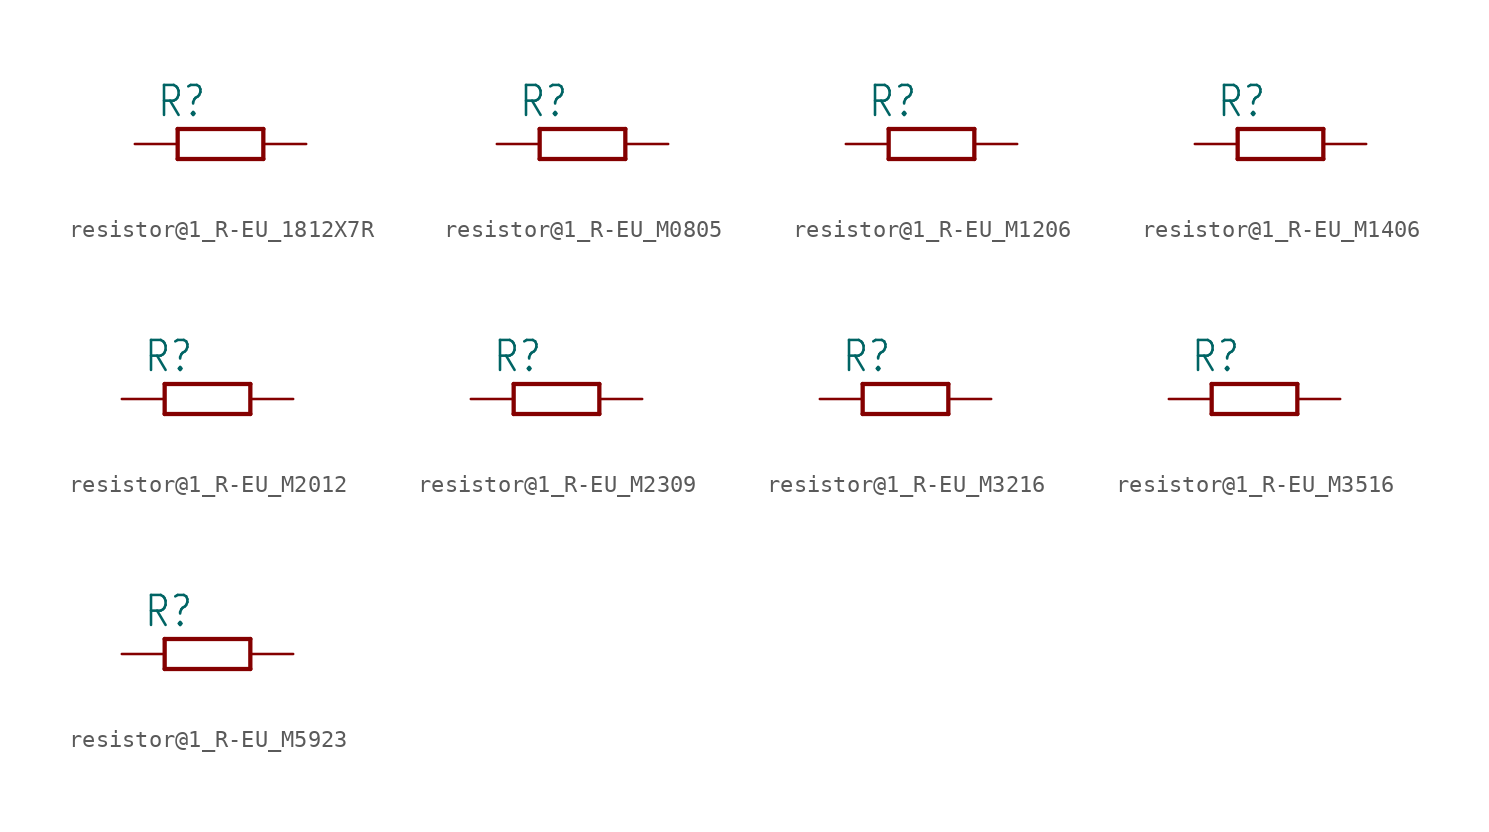
<source format=kicad_sym>
(kicad_symbol_lib
  (version 20231120)
  (generator "kicad_symbol_editor")
  (generator_version "8.0")
  (symbol "resistor@1_R-EU_1812X7R"
    (property "Reference" "R"
      (at -3.81 1.499 0)
      (effects (font (size 1.778 1.511)) (justify left bottom)))
    (property "Value" ""
      (at -3.81 -3.302 0)
      (effects (font (size 1.778 1.511)) (justify left bottom)))
    (property "ki_locked" ""
      (at 0 0 0)
      (effects (font (size 1.27 1.27))))
    (symbol "resistor@1_R-EU_1812X7R_1_0"
      (polyline (pts (xy -2.54 -0.889) (xy -2.54 0.889)) (stroke (width 0.254) (type solid)) (fill (type none)))
      (polyline (pts (xy -2.54 -0.889) (xy 2.54 -0.889)) (stroke (width 0.254) (type solid)) (fill (type none)))
      (polyline (pts (xy 2.54 -0.889) (xy 2.54 0.889)) (stroke (width 0.254) (type solid)) (fill (type none)))
      (polyline (pts (xy 2.54 0.889) (xy -2.54 0.889)) (stroke (width 0.254) (type solid)) (fill (type none)))
      (pin passive line (at -5.08 0 0) (length 2.54) (name "1" (effects (font (size 0 0)))) (number "1" (effects (font (size 0 0)))))
      (pin passive line (at 5.08 0 180) (length 2.54) (name "2" (effects (font (size 0 0)))) (number "2" (effects (font (size 0 0)))))))
  (symbol "resistor@1_R-EU_M0805"
    (property "Reference" "R"
      (at -3.81 1.499 0)
      (effects (font (size 1.778 1.511)) (justify left bottom)))
    (property "Value" ""
      (at -3.81 -3.302 0)
      (effects (font (size 1.778 1.511)) (justify left bottom)))
    (property "ki_locked" ""
      (at 0 0 0)
      (effects (font (size 1.27 1.27))))
    (symbol "resistor@1_R-EU_M0805_1_0"
      (polyline (pts (xy -2.54 -0.889) (xy -2.54 0.889)) (stroke (width 0.254) (type solid)) (fill (type none)))
      (polyline (pts (xy -2.54 -0.889) (xy 2.54 -0.889)) (stroke (width 0.254) (type solid)) (fill (type none)))
      (polyline (pts (xy 2.54 -0.889) (xy 2.54 0.889)) (stroke (width 0.254) (type solid)) (fill (type none)))
      (polyline (pts (xy 2.54 0.889) (xy -2.54 0.889)) (stroke (width 0.254) (type solid)) (fill (type none)))
      (pin passive line (at -5.08 0 0) (length 2.54) (name "1" (effects (font (size 0 0)))) (number "1" (effects (font (size 0 0)))))
      (pin passive line (at 5.08 0 180) (length 2.54) (name "2" (effects (font (size 0 0)))) (number "2" (effects (font (size 0 0)))))))
  (symbol "resistor@1_R-EU_M1206"
    (property "Reference" "R"
      (at -3.81 1.499 0)
      (effects (font (size 1.778 1.511)) (justify left bottom)))
    (property "Value" ""
      (at -3.81 -3.302 0)
      (effects (font (size 1.778 1.511)) (justify left bottom)))
    (property "ki_locked" ""
      (at 0 0 0)
      (effects (font (size 1.27 1.27))))
    (symbol "resistor@1_R-EU_M1206_1_0"
      (polyline (pts (xy -2.54 -0.889) (xy -2.54 0.889)) (stroke (width 0.254) (type solid)) (fill (type none)))
      (polyline (pts (xy -2.54 -0.889) (xy 2.54 -0.889)) (stroke (width 0.254) (type solid)) (fill (type none)))
      (polyline (pts (xy 2.54 -0.889) (xy 2.54 0.889)) (stroke (width 0.254) (type solid)) (fill (type none)))
      (polyline (pts (xy 2.54 0.889) (xy -2.54 0.889)) (stroke (width 0.254) (type solid)) (fill (type none)))
      (pin passive line (at -5.08 0 0) (length 2.54) (name "1" (effects (font (size 0 0)))) (number "1" (effects (font (size 0 0)))))
      (pin passive line (at 5.08 0 180) (length 2.54) (name "2" (effects (font (size 0 0)))) (number "2" (effects (font (size 0 0)))))))
  (symbol "resistor@1_R-EU_M1406"
    (property "Reference" "R"
      (at -3.81 1.499 0)
      (effects (font (size 1.778 1.511)) (justify left bottom)))
    (property "Value" ""
      (at -3.81 -3.302 0)
      (effects (font (size 1.778 1.511)) (justify left bottom)))
    (property "ki_locked" ""
      (at 0 0 0)
      (effects (font (size 1.27 1.27))))
    (symbol "resistor@1_R-EU_M1406_1_0"
      (polyline (pts (xy -2.54 -0.889) (xy -2.54 0.889)) (stroke (width 0.254) (type solid)) (fill (type none)))
      (polyline (pts (xy -2.54 -0.889) (xy 2.54 -0.889)) (stroke (width 0.254) (type solid)) (fill (type none)))
      (polyline (pts (xy 2.54 -0.889) (xy 2.54 0.889)) (stroke (width 0.254) (type solid)) (fill (type none)))
      (polyline (pts (xy 2.54 0.889) (xy -2.54 0.889)) (stroke (width 0.254) (type solid)) (fill (type none)))
      (pin passive line (at -5.08 0 0) (length 2.54) (name "1" (effects (font (size 0 0)))) (number "1" (effects (font (size 0 0)))))
      (pin passive line (at 5.08 0 180) (length 2.54) (name "2" (effects (font (size 0 0)))) (number "2" (effects (font (size 0 0)))))))
  (symbol "resistor@1_R-EU_M2012"
    (property "Reference" "R"
      (at -3.81 1.499 0)
      (effects (font (size 1.778 1.511)) (justify left bottom)))
    (property "Value" ""
      (at -3.81 -3.302 0)
      (effects (font (size 1.778 1.511)) (justify left bottom)))
    (property "ki_locked" ""
      (at 0 0 0)
      (effects (font (size 1.27 1.27))))
    (symbol "resistor@1_R-EU_M2012_1_0"
      (polyline (pts (xy -2.54 -0.889) (xy -2.54 0.889)) (stroke (width 0.254) (type solid)) (fill (type none)))
      (polyline (pts (xy -2.54 -0.889) (xy 2.54 -0.889)) (stroke (width 0.254) (type solid)) (fill (type none)))
      (polyline (pts (xy 2.54 -0.889) (xy 2.54 0.889)) (stroke (width 0.254) (type solid)) (fill (type none)))
      (polyline (pts (xy 2.54 0.889) (xy -2.54 0.889)) (stroke (width 0.254) (type solid)) (fill (type none)))
      (pin passive line (at -5.08 0 0) (length 2.54) (name "1" (effects (font (size 0 0)))) (number "1" (effects (font (size 0 0)))))
      (pin passive line (at 5.08 0 180) (length 2.54) (name "2" (effects (font (size 0 0)))) (number "2" (effects (font (size 0 0)))))))
  (symbol "resistor@1_R-EU_M2309"
    (property "Reference" "R"
      (at -3.81 1.499 0)
      (effects (font (size 1.778 1.511)) (justify left bottom)))
    (property "Value" ""
      (at -3.81 -3.302 0)
      (effects (font (size 1.778 1.511)) (justify left bottom)))
    (property "ki_locked" ""
      (at 0 0 0)
      (effects (font (size 1.27 1.27))))
    (symbol "resistor@1_R-EU_M2309_1_0"
      (polyline (pts (xy -2.54 -0.889) (xy -2.54 0.889)) (stroke (width 0.254) (type solid)) (fill (type none)))
      (polyline (pts (xy -2.54 -0.889) (xy 2.54 -0.889)) (stroke (width 0.254) (type solid)) (fill (type none)))
      (polyline (pts (xy 2.54 -0.889) (xy 2.54 0.889)) (stroke (width 0.254) (type solid)) (fill (type none)))
      (polyline (pts (xy 2.54 0.889) (xy -2.54 0.889)) (stroke (width 0.254) (type solid)) (fill (type none)))
      (pin passive line (at -5.08 0 0) (length 2.54) (name "1" (effects (font (size 0 0)))) (number "1" (effects (font (size 0 0)))))
      (pin passive line (at 5.08 0 180) (length 2.54) (name "2" (effects (font (size 0 0)))) (number "2" (effects (font (size 0 0)))))))
  (symbol "resistor@1_R-EU_M3216"
    (property "Reference" "R"
      (at -3.81 1.499 0)
      (effects (font (size 1.778 1.511)) (justify left bottom)))
    (property "Value" ""
      (at -3.81 -3.302 0)
      (effects (font (size 1.778 1.511)) (justify left bottom)))
    (property "ki_locked" ""
      (at 0 0 0)
      (effects (font (size 1.27 1.27))))
    (symbol "resistor@1_R-EU_M3216_1_0"
      (polyline (pts (xy -2.54 -0.889) (xy -2.54 0.889)) (stroke (width 0.254) (type solid)) (fill (type none)))
      (polyline (pts (xy -2.54 -0.889) (xy 2.54 -0.889)) (stroke (width 0.254) (type solid)) (fill (type none)))
      (polyline (pts (xy 2.54 -0.889) (xy 2.54 0.889)) (stroke (width 0.254) (type solid)) (fill (type none)))
      (polyline (pts (xy 2.54 0.889) (xy -2.54 0.889)) (stroke (width 0.254) (type solid)) (fill (type none)))
      (pin passive line (at -5.08 0 0) (length 2.54) (name "1" (effects (font (size 0 0)))) (number "1" (effects (font (size 0 0)))))
      (pin passive line (at 5.08 0 180) (length 2.54) (name "2" (effects (font (size 0 0)))) (number "2" (effects (font (size 0 0)))))))
  (symbol "resistor@1_R-EU_M3516"
    (property "Reference" "R"
      (at -3.81 1.499 0)
      (effects (font (size 1.778 1.511)) (justify left bottom)))
    (property "Value" ""
      (at -3.81 -3.302 0)
      (effects (font (size 1.778 1.511)) (justify left bottom)))
    (property "ki_locked" ""
      (at 0 0 0)
      (effects (font (size 1.27 1.27))))
    (symbol "resistor@1_R-EU_M3516_1_0"
      (polyline (pts (xy -2.54 -0.889) (xy -2.54 0.889)) (stroke (width 0.254) (type solid)) (fill (type none)))
      (polyline (pts (xy -2.54 -0.889) (xy 2.54 -0.889)) (stroke (width 0.254) (type solid)) (fill (type none)))
      (polyline (pts (xy 2.54 -0.889) (xy 2.54 0.889)) (stroke (width 0.254) (type solid)) (fill (type none)))
      (polyline (pts (xy 2.54 0.889) (xy -2.54 0.889)) (stroke (width 0.254) (type solid)) (fill (type none)))
      (pin passive line (at -5.08 0 0) (length 2.54) (name "1" (effects (font (size 0 0)))) (number "1" (effects (font (size 0 0)))))
      (pin passive line (at 5.08 0 180) (length 2.54) (name "2" (effects (font (size 0 0)))) (number "2" (effects (font (size 0 0)))))))
  (symbol "resistor@1_R-EU_M5923"
    (property "Reference" "R"
      (at -3.81 1.499 0)
      (effects (font (size 1.778 1.511)) (justify left bottom)))
    (property "Value" ""
      (at -3.81 -3.302 0)
      (effects (font (size 1.778 1.511)) (justify left bottom)))
    (property "ki_locked" ""
      (at 0 0 0)
      (effects (font (size 1.27 1.27))))
    (symbol "resistor@1_R-EU_M5923_1_0"
      (polyline (pts (xy -2.54 -0.889) (xy -2.54 0.889)) (stroke (width 0.254) (type solid)) (fill (type none)))
      (polyline (pts (xy -2.54 -0.889) (xy 2.54 -0.889)) (stroke (width 0.254) (type solid)) (fill (type none)))
      (polyline (pts (xy 2.54 -0.889) (xy 2.54 0.889)) (stroke (width 0.254) (type solid)) (fill (type none)))
      (polyline (pts (xy 2.54 0.889) (xy -2.54 0.889)) (stroke (width 0.254) (type solid)) (fill (type none)))
      (pin passive line (at -5.08 0 0) (length 2.54) (name "1" (effects (font (size 0 0)))) (number "1" (effects (font (size 0 0)))))
      (pin passive line (at 5.08 0 180) (length 2.54) (name "2" (effects (font (size 0 0)))) (number "2" (effects (font (size 0 0))))))))
</source>
